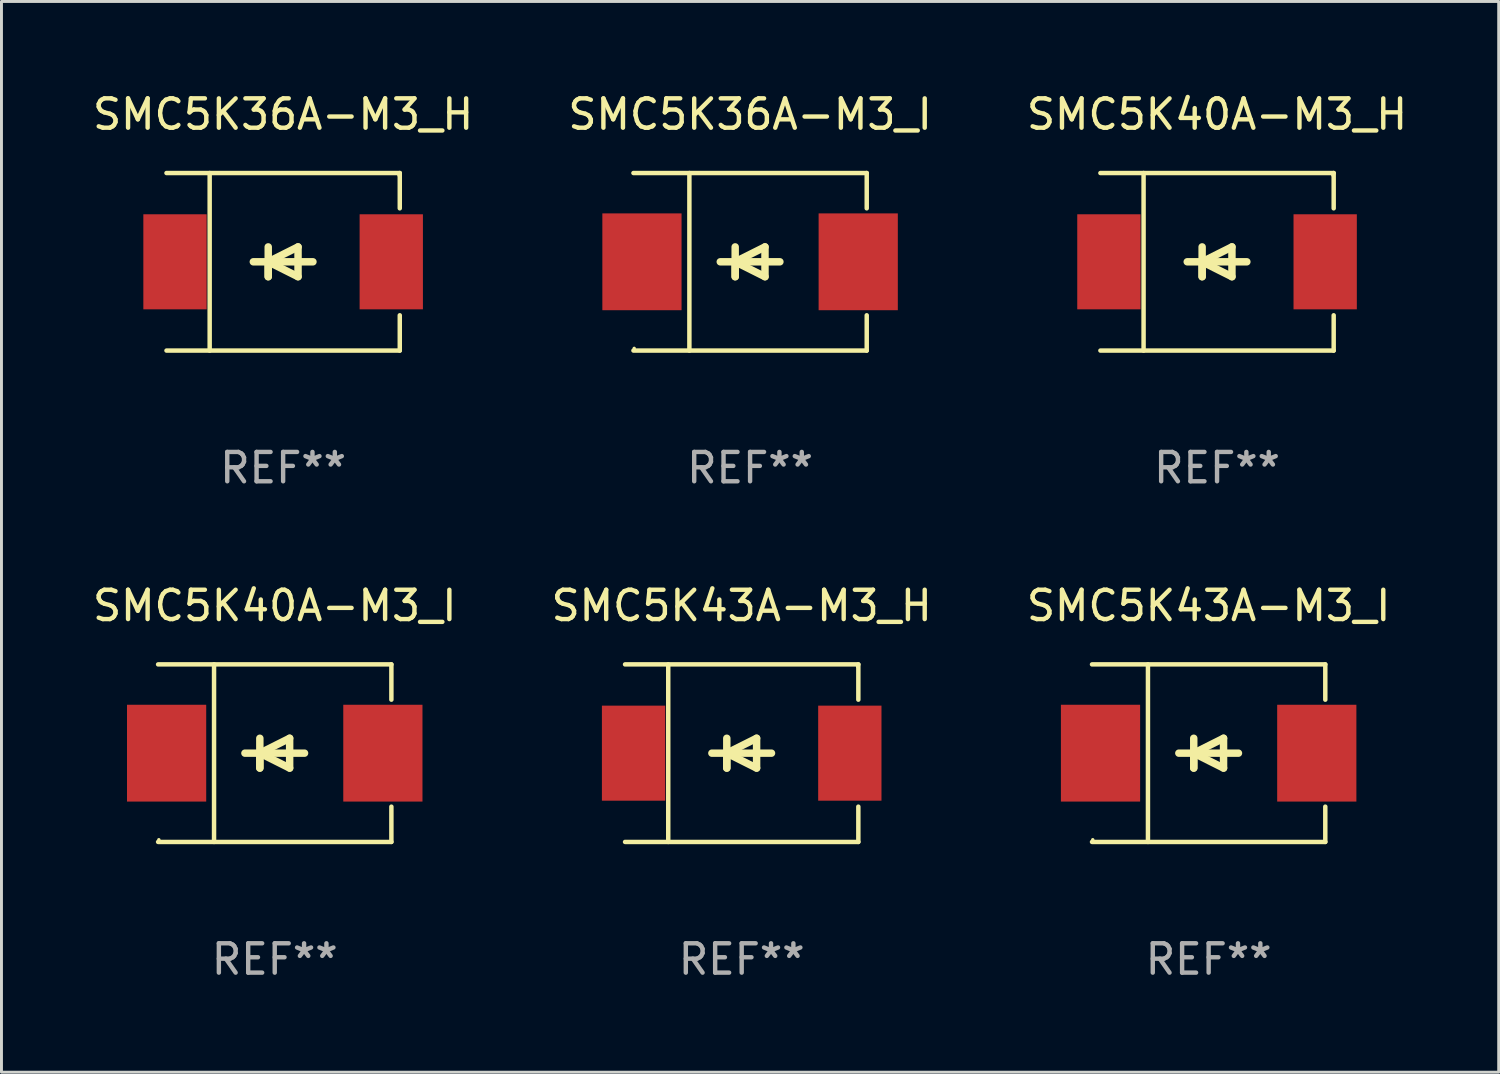
<source format=kicad_pcb>
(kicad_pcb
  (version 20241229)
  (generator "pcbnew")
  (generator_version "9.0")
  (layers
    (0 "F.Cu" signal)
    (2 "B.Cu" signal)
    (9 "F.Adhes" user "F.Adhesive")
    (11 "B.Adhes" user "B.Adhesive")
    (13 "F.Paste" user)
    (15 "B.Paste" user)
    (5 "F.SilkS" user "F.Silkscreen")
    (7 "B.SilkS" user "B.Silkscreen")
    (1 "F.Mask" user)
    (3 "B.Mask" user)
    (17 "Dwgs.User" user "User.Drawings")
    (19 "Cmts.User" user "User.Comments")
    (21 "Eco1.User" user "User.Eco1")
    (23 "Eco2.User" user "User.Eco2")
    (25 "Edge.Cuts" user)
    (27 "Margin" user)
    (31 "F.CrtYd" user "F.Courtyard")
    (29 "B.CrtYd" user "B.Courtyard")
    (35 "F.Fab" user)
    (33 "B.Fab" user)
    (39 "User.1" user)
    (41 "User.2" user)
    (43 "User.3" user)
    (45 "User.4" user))
  (footprint "SMC5K43A-M3_I"
    (layer "F.Cu")
    (at 38.149 22.623)
    (property "Reference" "SMC5K43A-M3_I" (at 0 -5.026 0) (layer "F.SilkS") (effects (font (size 1 1) (thickness 0.15))))
    (attr through_hole)
    (fp_line (start -3.976 -3.026) (end 3.976 -3.026) (stroke (width 0.152) (type solid)) (layer "F.SilkS"))
    (fp_line (start -3.976 3.026) (end 3.976 3.026) (stroke (width 0.152) (type solid)) (layer "F.SilkS"))
    (fp_line (start -2.069 -3.026) (end -2.069 3.026) (stroke (width 0.152) (type solid)) (layer "F.SilkS"))
    (fp_line (start -0.508 0) (end -0.508 0.508) (stroke (width 0.254) (type solid)) (layer "F.SilkS"))
    (fp_line (start -0.508 0) (end 0.508 0.508) (stroke (width 0.254) (type solid)) (layer "F.SilkS"))
    (fp_line (start -0.508 0.508) (end -0.508 -0.508) (stroke (width 0.254) (type solid)) (layer "F.SilkS"))
    (fp_line (start 0.508 -0.508) (end -0.508 0) (stroke (width 0.254) (type solid)) (layer "F.SilkS"))
    (fp_line (start 0.508 0.508) (end 0.508 -0.508) (stroke (width 0.254) (type solid)) (layer "F.SilkS"))
    (fp_line (start 1.016 0) (end -1.016 0) (stroke (width 0.254) (type solid)) (layer "F.SilkS"))
    (fp_line (start 3.976 -3.026) (end 3.976 -1.823) (stroke (width 0.152) (type solid)) (layer "F.SilkS"))
    (fp_line (start 3.976 3.026) (end 3.976 1.823) (stroke (width 0.152) (type solid)) (layer "F.SilkS"))
    (fp_circle (center -3.95 2.95) (end -3.92 2.95) (stroke (width 0.06) (type solid)) (fill no) (layer "F.SilkS"))
    (fp_text user "REF**" (at 0 7.026 0) (layer "F.Fab") (effects (font (size 1 1) (thickness 0.15))))
    (pad "1" smd rect (at -3.686 0) (size 2.7 3.3) (layers "F.Cu" "F.Mask" "F.Paste"))
    (pad "2" smd rect (at 3.686 0) (size 2.7 3.3) (layers "F.Cu" "F.Mask" "F.Paste")))
  (footprint "SMC5K43A-M3_H"
    (layer "F.Cu")
    (at 22.232 22.623)
    (property "Reference" "SMC5K43A-M3_H" (at 0 -5.026 0) (layer "F.SilkS") (effects (font (size 1 1) (thickness 0.15))))
    (attr through_hole)
    (fp_line (start -3.976 -3.026) (end 3.976 -3.026) (stroke (width 0.152) (type solid)) (layer "F.SilkS"))
    (fp_line (start -3.976 3.026) (end 3.976 3.026) (stroke (width 0.152) (type solid)) (layer "F.SilkS"))
    (fp_line (start -2.504 -3.026) (end -2.504 3.026) (stroke (width 0.152) (type solid)) (layer "F.SilkS"))
    (fp_line (start -0.508 0) (end -0.508 0.508) (stroke (width 0.254) (type solid)) (layer "F.SilkS"))
    (fp_line (start -0.508 0) (end 0.508 0.508) (stroke (width 0.254) (type solid)) (layer "F.SilkS"))
    (fp_line (start -0.508 0.508) (end -0.508 -0.508) (stroke (width 0.254) (type solid)) (layer "F.SilkS"))
    (fp_line (start 0.508 -0.508) (end -0.508 0) (stroke (width 0.254) (type solid)) (layer "F.SilkS"))
    (fp_line (start 0.508 0.508) (end 0.508 -0.508) (stroke (width 0.254) (type solid)) (layer "F.SilkS"))
    (fp_line (start 1.016 0) (end -1.016 0) (stroke (width 0.254) (type solid)) (layer "F.SilkS"))
    (fp_line (start 3.976 -3.026) (end 3.976 -1.823) (stroke (width 0.152) (type solid)) (layer "F.SilkS"))
    (fp_line (start 3.976 3.026) (end 3.976 1.823) (stroke (width 0.152) (type solid)) (layer "F.SilkS"))
    (fp_circle (center 3.95 -2.95) (end 3.98 -2.95) (stroke (width 0.06) (type solid)) (fill no) (layer "F.SilkS"))
    (fp_text user "REF**" (at 0 7.026 0) (layer "F.Fab") (effects (font (size 1 1) (thickness 0.15))))
    (pad "1" smd rect (at 3.686 0 180) (size 2.158 3.24) (layers "F.Cu" "F.Mask" "F.Paste"))
    (pad "2" smd rect (at -3.686 0 180) (size 2.158 3.24) (layers "F.Cu" "F.Mask" "F.Paste")))
  (footprint "SMC5K40A-M3_H"
    (layer "F.Cu")
    (at 38.435 5.874)
    (property "Reference" "SMC5K40A-M3_H" (at 0 -5.026 0) (layer "F.SilkS") (effects (font (size 1 1) (thickness 0.15))))
    (attr through_hole)
    (fp_line (start -3.976 -3.026) (end 3.976 -3.026) (stroke (width 0.152) (type solid)) (layer "F.SilkS"))
    (fp_line (start -3.976 3.026) (end 3.976 3.026) (stroke (width 0.152) (type solid)) (layer "F.SilkS"))
    (fp_line (start -2.504 -3.026) (end -2.504 3.026) (stroke (width 0.152) (type solid)) (layer "F.SilkS"))
    (fp_line (start -0.508 0) (end -0.508 0.508) (stroke (width 0.254) (type solid)) (layer "F.SilkS"))
    (fp_line (start -0.508 0) (end 0.508 0.508) (stroke (width 0.254) (type solid)) (layer "F.SilkS"))
    (fp_line (start -0.508 0.508) (end -0.508 -0.508) (stroke (width 0.254) (type solid)) (layer "F.SilkS"))
    (fp_line (start 0.508 -0.508) (end -0.508 0) (stroke (width 0.254) (type solid)) (layer "F.SilkS"))
    (fp_line (start 0.508 0.508) (end 0.508 -0.508) (stroke (width 0.254) (type solid)) (layer "F.SilkS"))
    (fp_line (start 1.016 0) (end -1.016 0) (stroke (width 0.254) (type solid)) (layer "F.SilkS"))
    (fp_line (start 3.976 -3.026) (end 3.976 -1.823) (stroke (width 0.152) (type solid)) (layer "F.SilkS"))
    (fp_line (start 3.976 3.026) (end 3.976 1.823) (stroke (width 0.152) (type solid)) (layer "F.SilkS"))
    (fp_circle (center 3.95 -2.95) (end 3.98 -2.95) (stroke (width 0.06) (type solid)) (fill no) (layer "F.SilkS"))
    (fp_text user "REF**" (at 0 7.026 0) (layer "F.Fab") (effects (font (size 1 1) (thickness 0.15))))
    (pad "1" smd rect (at 3.686 0 180) (size 2.158 3.24) (layers "F.Cu" "F.Mask" "F.Paste"))
    (pad "2" smd rect (at -3.686 0 180) (size 2.158 3.24) (layers "F.Cu" "F.Mask" "F.Paste")))
  (footprint "SMC5K40A-M3_I"
    (layer "F.Cu")
    (at 6.315 22.623)
    (property "Reference" "SMC5K40A-M3_I" (at 0 -5.026 0) (layer "F.SilkS") (effects (font (size 1 1) (thickness 0.15))))
    (attr through_hole)
    (fp_line (start -3.976 -3.026) (end 3.976 -3.026) (stroke (width 0.152) (type solid)) (layer "F.SilkS"))
    (fp_line (start -3.976 3.026) (end 3.976 3.026) (stroke (width 0.152) (type solid)) (layer "F.SilkS"))
    (fp_line (start -2.069 -3.026) (end -2.069 3.026) (stroke (width 0.152) (type solid)) (layer "F.SilkS"))
    (fp_line (start -0.508 0) (end -0.508 0.508) (stroke (width 0.254) (type solid)) (layer "F.SilkS"))
    (fp_line (start -0.508 0) (end 0.508 0.508) (stroke (width 0.254) (type solid)) (layer "F.SilkS"))
    (fp_line (start -0.508 0.508) (end -0.508 -0.508) (stroke (width 0.254) (type solid)) (layer "F.SilkS"))
    (fp_line (start 0.508 -0.508) (end -0.508 0) (stroke (width 0.254) (type solid)) (layer "F.SilkS"))
    (fp_line (start 0.508 0.508) (end 0.508 -0.508) (stroke (width 0.254) (type solid)) (layer "F.SilkS"))
    (fp_line (start 1.016 0) (end -1.016 0) (stroke (width 0.254) (type solid)) (layer "F.SilkS"))
    (fp_line (start 3.976 -3.026) (end 3.976 -1.823) (stroke (width 0.152) (type solid)) (layer "F.SilkS"))
    (fp_line (start 3.976 3.026) (end 3.976 1.823) (stroke (width 0.152) (type solid)) (layer "F.SilkS"))
    (fp_circle (center -3.95 2.95) (end -3.92 2.95) (stroke (width 0.06) (type solid)) (fill no) (layer "F.SilkS"))
    (fp_text user "REF**" (at 0 7.026 0) (layer "F.Fab") (effects (font (size 1 1) (thickness 0.15))))
    (pad "1" smd rect (at -3.686 0) (size 2.7 3.3) (layers "F.Cu" "F.Mask" "F.Paste"))
    (pad "2" smd rect (at 3.686 0) (size 2.7 3.3) (layers "F.Cu" "F.Mask" "F.Paste")))
  (footprint "SMC5K36A-M3_H"
    (layer "F.Cu")
    (at 6.601 5.874)
    (property "Reference" "SMC5K36A-M3_H" (at 0 -5.026 0) (layer "F.SilkS") (effects (font (size 1 1) (thickness 0.15))))
    (attr through_hole)
    (fp_line (start -3.976 -3.026) (end 3.976 -3.026) (stroke (width 0.152) (type solid)) (layer "F.SilkS"))
    (fp_line (start -3.976 3.026) (end 3.976 3.026) (stroke (width 0.152) (type solid)) (layer "F.SilkS"))
    (fp_line (start -2.504 -3.026) (end -2.504 3.026) (stroke (width 0.152) (type solid)) (layer "F.SilkS"))
    (fp_line (start -0.508 0) (end -0.508 0.508) (stroke (width 0.254) (type solid)) (layer "F.SilkS"))
    (fp_line (start -0.508 0) (end 0.508 0.508) (stroke (width 0.254) (type solid)) (layer "F.SilkS"))
    (fp_line (start -0.508 0.508) (end -0.508 -0.508) (stroke (width 0.254) (type solid)) (layer "F.SilkS"))
    (fp_line (start 0.508 -0.508) (end -0.508 0) (stroke (width 0.254) (type solid)) (layer "F.SilkS"))
    (fp_line (start 0.508 0.508) (end 0.508 -0.508) (stroke (width 0.254) (type solid)) (layer "F.SilkS"))
    (fp_line (start 1.016 0) (end -1.016 0) (stroke (width 0.254) (type solid)) (layer "F.SilkS"))
    (fp_line (start 3.976 -3.026) (end 3.976 -1.823) (stroke (width 0.152) (type solid)) (layer "F.SilkS"))
    (fp_line (start 3.976 3.026) (end 3.976 1.823) (stroke (width 0.152) (type solid)) (layer "F.SilkS"))
    (fp_circle (center 3.95 -2.95) (end 3.98 -2.95) (stroke (width 0.06) (type solid)) (fill no) (layer "F.SilkS"))
    (fp_text user "REF**" (at 0 7.026 0) (layer "F.Fab") (effects (font (size 1 1) (thickness 0.15))))
    (pad "1" smd rect (at 3.686 0 180) (size 2.158 3.24) (layers "F.Cu" "F.Mask" "F.Paste"))
    (pad "2" smd rect (at -3.686 0 180) (size 2.158 3.24) (layers "F.Cu" "F.Mask" "F.Paste")))
  (footprint "SMC5K36A-M3_I"
    (layer "F.Cu")
    (at 22.518 5.874)
    (property "Reference" "SMC5K36A-M3_I" (at 0 -5.026 0) (layer "F.SilkS") (effects (font (size 1 1) (thickness 0.15))))
    (attr through_hole)
    (fp_line (start -3.976 -3.026) (end 3.976 -3.026) (stroke (width 0.152) (type solid)) (layer "F.SilkS"))
    (fp_line (start -3.976 3.026) (end 3.976 3.026) (stroke (width 0.152) (type solid)) (layer "F.SilkS"))
    (fp_line (start -2.069 -3.026) (end -2.069 3.026) (stroke (width 0.152) (type solid)) (layer "F.SilkS"))
    (fp_line (start -0.508 0) (end -0.508 0.508) (stroke (width 0.254) (type solid)) (layer "F.SilkS"))
    (fp_line (start -0.508 0) (end 0.508 0.508) (stroke (width 0.254) (type solid)) (layer "F.SilkS"))
    (fp_line (start -0.508 0.508) (end -0.508 -0.508) (stroke (width 0.254) (type solid)) (layer "F.SilkS"))
    (fp_line (start 0.508 -0.508) (end -0.508 0) (stroke (width 0.254) (type solid)) (layer "F.SilkS"))
    (fp_line (start 0.508 0.508) (end 0.508 -0.508) (stroke (width 0.254) (type solid)) (layer "F.SilkS"))
    (fp_line (start 1.016 0) (end -1.016 0) (stroke (width 0.254) (type solid)) (layer "F.SilkS"))
    (fp_line (start 3.976 -3.026) (end 3.976 -1.823) (stroke (width 0.152) (type solid)) (layer "F.SilkS"))
    (fp_line (start 3.976 3.026) (end 3.976 1.823) (stroke (width 0.152) (type solid)) (layer "F.SilkS"))
    (fp_circle (center -3.95 2.95) (end -3.92 2.95) (stroke (width 0.06) (type solid)) (fill no) (layer "F.SilkS"))
    (fp_text user "REF**" (at 0 7.026 0) (layer "F.Fab") (effects (font (size 1 1) (thickness 0.15))))
    (pad "1" smd rect (at -3.686 0) (size 2.7 3.3) (layers "F.Cu" "F.Mask" "F.Paste"))
    (pad "2" smd rect (at 3.686 0) (size 2.7 3.3) (layers "F.Cu" "F.Mask" "F.Paste")))
  (gr_rect
    (start -3 -3)
    (end 48.036 33.498)
    (stroke (width 0.1) (type default))
    (fill no)
    (layer "Edge.Cuts")))
</source>
